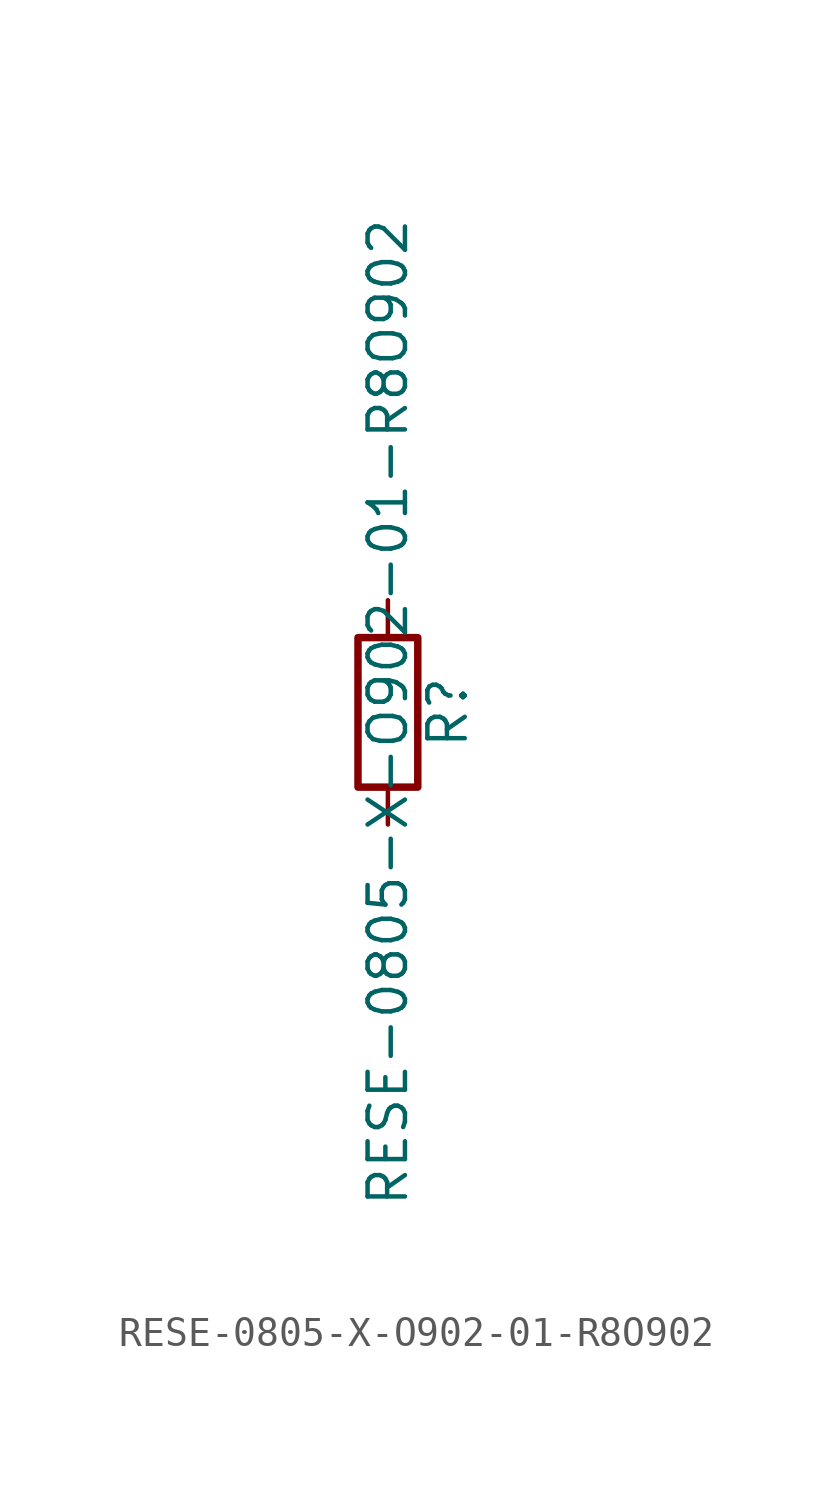
<source format=kicad_sym>
(kicad_symbol_lib
  (version 20211014)
  (generator kicad_symbol_editor)
  (symbol "RESE-0805-X-O902-01-R8O902"
    (pin_numbers hide)
    (pin_names
      (offset 0))
    (property "Reference" "R"
      (at 2.032 0 90)
      (effects (font (size 1.27 1.27))))
    (property "Value" "RESE-0805-X-O902-01-R8O902"
      (at 0 0 90)
      (effects (font (size 1.27 1.27))))
    (symbol "RESE-0805-X-O902-01-R8O902_0_1"
      (rectangle (start -1.016 -2.54) (end 1.016 2.54) (stroke (width 0.254) (type default) (color 0 0 0 0)) (fill (type none))))
    (symbol "RESE-0805-X-O902-01-R8O902_1_1"
      (pin passive line (at 0 3.81 270) (length 1.27) (name "~" (effects (font (size 1.27 1.27)))) (number "1" (effects (font (size 1.27 1.27)))))
      (pin passive line (at 0 -3.81 90) (length 1.27) (name "~" (effects (font (size 1.27 1.27)))) (number "2" (effects (font (size 1.27 1.27))))))))
</source>
